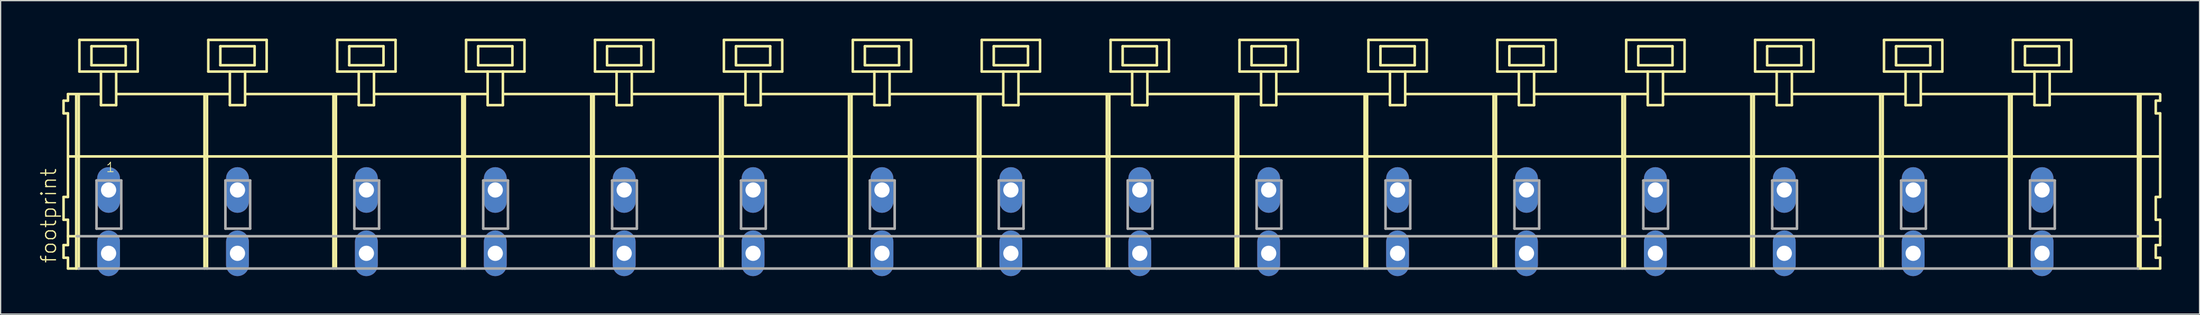
<source format=kicad_pcb>
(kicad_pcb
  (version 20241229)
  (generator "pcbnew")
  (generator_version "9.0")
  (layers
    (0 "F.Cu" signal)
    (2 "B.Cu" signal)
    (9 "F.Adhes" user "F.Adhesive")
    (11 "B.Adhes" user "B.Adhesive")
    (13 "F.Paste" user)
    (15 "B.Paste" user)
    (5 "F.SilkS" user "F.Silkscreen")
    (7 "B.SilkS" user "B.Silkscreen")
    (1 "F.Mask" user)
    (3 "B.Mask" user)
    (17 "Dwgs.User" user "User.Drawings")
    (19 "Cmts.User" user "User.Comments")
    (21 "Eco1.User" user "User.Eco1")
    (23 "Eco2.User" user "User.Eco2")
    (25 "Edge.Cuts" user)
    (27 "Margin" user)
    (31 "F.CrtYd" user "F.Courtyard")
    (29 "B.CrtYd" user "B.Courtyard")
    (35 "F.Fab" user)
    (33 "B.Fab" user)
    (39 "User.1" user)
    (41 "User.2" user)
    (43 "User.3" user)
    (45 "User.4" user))
  (footprint "footprint"
    (layer "F.Cu")
    (at 84.248 11.952)
    (property "Reference" "footprint" (at -82.775 5.855 90) (layer "F.SilkS") (effects (font (size 1.168 1.168) (thickness 0.102)) (justify left bottom)))
    (fp_line (start -82.29 -7.05) (end -82.29 -6.05) (stroke (width 0.203) (type solid)) (layer "F.SilkS"))
    (fp_line (start -82.29 -6.05) (end -81.94 -6.05) (stroke (width 0.203) (type solid)) (layer "F.SilkS"))
    (fp_line (start -82.29 0.55) (end -82.29 2.35) (stroke (width 0.203) (type solid)) (layer "F.SilkS"))
    (fp_line (start -82.29 2.35) (end -81.94 2.35) (stroke (width 0.203) (type solid)) (layer "F.SilkS"))
    (fp_line (start -82.29 4.35) (end -82.29 5.35) (stroke (width 0.203) (type solid)) (layer "F.SilkS"))
    (fp_line (start -82.29 5.35) (end -81.94 5.35) (stroke (width 0.203) (type solid)) (layer "F.SilkS"))
    (fp_line (start -81.94 -7.575) (end -81.94 -7.05) (stroke (width 0.203) (type solid)) (layer "F.SilkS"))
    (fp_line (start -81.94 -7.575) (end -79.365 -7.575) (stroke (width 0.203) (type solid)) (layer "F.SilkS"))
    (fp_line (start -81.94 -7.05) (end -82.29 -7.05) (stroke (width 0.203) (type solid)) (layer "F.SilkS"))
    (fp_line (start -81.94 -6.05) (end -81.94 0.55) (stroke (width 0.203) (type solid)) (layer "F.SilkS"))
    (fp_line (start -81.94 0.55) (end -82.29 0.55) (stroke (width 0.203) (type solid)) (layer "F.SilkS"))
    (fp_line (start -81.94 2.35) (end -81.94 4.35) (stroke (width 0.203) (type solid)) (layer "F.SilkS"))
    (fp_line (start -81.94 3.65) (end -81.24 3.65) (stroke (width 0.203) (type solid)) (layer "F.SilkS"))
    (fp_line (start -81.94 4.35) (end -82.29 4.35) (stroke (width 0.203) (type solid)) (layer "F.SilkS"))
    (fp_line (start -81.94 5.35) (end -81.94 6.2) (stroke (width 0.203) (type solid)) (layer "F.SilkS"))
    (fp_line (start -81.94 6.2) (end -81.29 6.2) (stroke (width 0.203) (type solid)) (layer "F.SilkS"))
    (fp_line (start -81.89 -2.65) (end 82.92 -2.65) (stroke (width 0.203) (type solid)) (layer "F.SilkS"))
    (fp_line (start -81.29 -7.55) (end -81.29 6.2) (stroke (width 0.203) (type solid)) (layer "F.SilkS"))
    (fp_line (start -81.29 6.2) (end -81.09 6.2) (stroke (width 0.203) (type solid)) (layer "F.SilkS"))
    (fp_line (start -81.09 -7.55) (end -81.09 6.2) (stroke (width 0.203) (type solid)) (layer "F.SilkS"))
    (fp_line (start -81.04 -11.85) (end -81.04 -9.35) (stroke (width 0.203) (type solid)) (layer "F.SilkS"))
    (fp_line (start -81.04 -9.35) (end -79.34 -9.35) (stroke (width 0.203) (type solid)) (layer "F.SilkS"))
    (fp_line (start -80.09 -11.35) (end -80.09 -9.85) (stroke (width 0.203) (type solid)) (layer "F.SilkS"))
    (fp_line (start -80.09 -9.85) (end -77.39 -9.85) (stroke (width 0.203) (type solid)) (layer "F.SilkS"))
    (fp_line (start -79.34 -9.35) (end -79.34 -6.7) (stroke (width 0.203) (type solid)) (layer "F.SilkS"))
    (fp_line (start -79.34 -9.35) (end -78.14 -9.35) (stroke (width 0.203) (type solid)) (layer "F.SilkS"))
    (fp_line (start -79.34 -6.7) (end -78.14 -6.7) (stroke (width 0.203) (type solid)) (layer "F.SilkS"))
    (fp_line (start -78.14 -9.35) (end -76.44 -9.35) (stroke (width 0.203) (type solid)) (layer "F.SilkS"))
    (fp_line (start -78.14 -6.7) (end -78.14 -9.35) (stroke (width 0.203) (type solid)) (layer "F.SilkS"))
    (fp_line (start -78.115 -7.575) (end -69.201 -7.575) (stroke (width 0.203) (type solid)) (layer "F.SilkS"))
    (fp_line (start -77.39 -11.35) (end -80.09 -11.35) (stroke (width 0.203) (type solid)) (layer "F.SilkS"))
    (fp_line (start -77.39 -9.85) (end -77.39 -11.35) (stroke (width 0.203) (type solid)) (layer "F.SilkS"))
    (fp_line (start -76.44 -11.85) (end -81.04 -11.85) (stroke (width 0.203) (type solid)) (layer "F.SilkS"))
    (fp_line (start -76.44 -9.35) (end -76.44 -11.85) (stroke (width 0.203) (type solid)) (layer "F.SilkS"))
    (fp_line (start -71.18 -7.55) (end -71.18 6.2) (stroke (width 0.203) (type solid)) (layer "F.SilkS"))
    (fp_line (start -70.98 -7.55) (end -70.98 6.2) (stroke (width 0.203) (type solid)) (layer "F.SilkS"))
    (fp_line (start -70.88 -11.85) (end -70.88 -9.35) (stroke (width 0.203) (type solid)) (layer "F.SilkS"))
    (fp_line (start -70.88 -9.35) (end -69.18 -9.35) (stroke (width 0.203) (type solid)) (layer "F.SilkS"))
    (fp_line (start -69.93 -11.35) (end -69.93 -9.85) (stroke (width 0.203) (type solid)) (layer "F.SilkS"))
    (fp_line (start -69.93 -9.85) (end -67.23 -9.85) (stroke (width 0.203) (type solid)) (layer "F.SilkS"))
    (fp_line (start -69.18 -9.35) (end -69.18 -6.7) (stroke (width 0.203) (type solid)) (layer "F.SilkS"))
    (fp_line (start -69.18 -9.35) (end -67.98 -9.35) (stroke (width 0.203) (type solid)) (layer "F.SilkS"))
    (fp_line (start -69.18 -6.7) (end -67.98 -6.7) (stroke (width 0.203) (type solid)) (layer "F.SilkS"))
    (fp_line (start -67.98 -9.35) (end -66.28 -9.35) (stroke (width 0.203) (type solid)) (layer "F.SilkS"))
    (fp_line (start -67.98 -6.7) (end -67.98 -9.35) (stroke (width 0.203) (type solid)) (layer "F.SilkS"))
    (fp_line (start -67.955 -7.575) (end -59.041 -7.575) (stroke (width 0.203) (type solid)) (layer "F.SilkS"))
    (fp_line (start -67.23 -11.35) (end -69.93 -11.35) (stroke (width 0.203) (type solid)) (layer "F.SilkS"))
    (fp_line (start -67.23 -9.85) (end -67.23 -11.35) (stroke (width 0.203) (type solid)) (layer "F.SilkS"))
    (fp_line (start -66.28 -11.85) (end -70.88 -11.85) (stroke (width 0.203) (type solid)) (layer "F.SilkS"))
    (fp_line (start -66.28 -9.35) (end -66.28 -11.85) (stroke (width 0.203) (type solid)) (layer "F.SilkS"))
    (fp_line (start -61.02 -7.55) (end -61.02 6.2) (stroke (width 0.203) (type solid)) (layer "F.SilkS"))
    (fp_line (start -60.82 -7.55) (end -60.82 6.2) (stroke (width 0.203) (type solid)) (layer "F.SilkS"))
    (fp_line (start -60.72 -11.85) (end -60.72 -9.35) (stroke (width 0.203) (type solid)) (layer "F.SilkS"))
    (fp_line (start -60.72 -9.35) (end -59.02 -9.35) (stroke (width 0.203) (type solid)) (layer "F.SilkS"))
    (fp_line (start -59.77 -11.35) (end -59.77 -9.85) (stroke (width 0.203) (type solid)) (layer "F.SilkS"))
    (fp_line (start -59.77 -9.85) (end -57.07 -9.85) (stroke (width 0.203) (type solid)) (layer "F.SilkS"))
    (fp_line (start -59.02 -9.35) (end -59.02 -6.7) (stroke (width 0.203) (type solid)) (layer "F.SilkS"))
    (fp_line (start -59.02 -9.35) (end -57.82 -9.35) (stroke (width 0.203) (type solid)) (layer "F.SilkS"))
    (fp_line (start -59.02 -6.7) (end -57.82 -6.7) (stroke (width 0.203) (type solid)) (layer "F.SilkS"))
    (fp_line (start -57.82 -9.35) (end -56.12 -9.35) (stroke (width 0.203) (type solid)) (layer "F.SilkS"))
    (fp_line (start -57.82 -6.7) (end -57.82 -9.35) (stroke (width 0.203) (type solid)) (layer "F.SilkS"))
    (fp_line (start -57.795 -7.575) (end -48.881 -7.575) (stroke (width 0.203) (type solid)) (layer "F.SilkS"))
    (fp_line (start -57.07 -11.35) (end -59.77 -11.35) (stroke (width 0.203) (type solid)) (layer "F.SilkS"))
    (fp_line (start -57.07 -9.85) (end -57.07 -11.35) (stroke (width 0.203) (type solid)) (layer "F.SilkS"))
    (fp_line (start -56.12 -11.85) (end -60.72 -11.85) (stroke (width 0.203) (type solid)) (layer "F.SilkS"))
    (fp_line (start -56.12 -9.35) (end -56.12 -11.85) (stroke (width 0.203) (type solid)) (layer "F.SilkS"))
    (fp_line (start -50.86 -7.55) (end -50.86 6.2) (stroke (width 0.203) (type solid)) (layer "F.SilkS"))
    (fp_line (start -50.66 -7.55) (end -50.66 6.2) (stroke (width 0.203) (type solid)) (layer "F.SilkS"))
    (fp_line (start -50.56 -11.85) (end -50.56 -9.35) (stroke (width 0.203) (type solid)) (layer "F.SilkS"))
    (fp_line (start -50.56 -9.35) (end -48.86 -9.35) (stroke (width 0.203) (type solid)) (layer "F.SilkS"))
    (fp_line (start -49.61 -11.35) (end -49.61 -9.85) (stroke (width 0.203) (type solid)) (layer "F.SilkS"))
    (fp_line (start -49.61 -9.85) (end -46.91 -9.85) (stroke (width 0.203) (type solid)) (layer "F.SilkS"))
    (fp_line (start -48.86 -9.35) (end -48.86 -6.7) (stroke (width 0.203) (type solid)) (layer "F.SilkS"))
    (fp_line (start -48.86 -9.35) (end -47.66 -9.35) (stroke (width 0.203) (type solid)) (layer "F.SilkS"))
    (fp_line (start -48.86 -6.7) (end -47.66 -6.7) (stroke (width 0.203) (type solid)) (layer "F.SilkS"))
    (fp_line (start -47.66 -9.35) (end -45.96 -9.35) (stroke (width 0.203) (type solid)) (layer "F.SilkS"))
    (fp_line (start -47.66 -6.7) (end -47.66 -9.35) (stroke (width 0.203) (type solid)) (layer "F.SilkS"))
    (fp_line (start -47.635 -7.575) (end -38.721 -7.575) (stroke (width 0.203) (type solid)) (layer "F.SilkS"))
    (fp_line (start -46.91 -11.35) (end -49.61 -11.35) (stroke (width 0.203) (type solid)) (layer "F.SilkS"))
    (fp_line (start -46.91 -9.85) (end -46.91 -11.35) (stroke (width 0.203) (type solid)) (layer "F.SilkS"))
    (fp_line (start -45.96 -11.85) (end -50.56 -11.85) (stroke (width 0.203) (type solid)) (layer "F.SilkS"))
    (fp_line (start -45.96 -9.35) (end -45.96 -11.85) (stroke (width 0.203) (type solid)) (layer "F.SilkS"))
    (fp_line (start -40.7 -7.55) (end -40.7 6.2) (stroke (width 0.203) (type solid)) (layer "F.SilkS"))
    (fp_line (start -40.5 -7.55) (end -40.5 6.2) (stroke (width 0.203) (type solid)) (layer "F.SilkS"))
    (fp_line (start -40.4 -11.85) (end -40.4 -9.35) (stroke (width 0.203) (type solid)) (layer "F.SilkS"))
    (fp_line (start -40.4 -9.35) (end -38.7 -9.35) (stroke (width 0.203) (type solid)) (layer "F.SilkS"))
    (fp_line (start -39.45 -11.35) (end -39.45 -9.85) (stroke (width 0.203) (type solid)) (layer "F.SilkS"))
    (fp_line (start -39.45 -9.85) (end -36.75 -9.85) (stroke (width 0.203) (type solid)) (layer "F.SilkS"))
    (fp_line (start -38.7 -9.35) (end -38.7 -6.7) (stroke (width 0.203) (type solid)) (layer "F.SilkS"))
    (fp_line (start -38.7 -9.35) (end -37.5 -9.35) (stroke (width 0.203) (type solid)) (layer "F.SilkS"))
    (fp_line (start -38.7 -6.7) (end -37.5 -6.7) (stroke (width 0.203) (type solid)) (layer "F.SilkS"))
    (fp_line (start -37.5 -9.35) (end -35.8 -9.35) (stroke (width 0.203) (type solid)) (layer "F.SilkS"))
    (fp_line (start -37.5 -6.7) (end -37.5 -9.35) (stroke (width 0.203) (type solid)) (layer "F.SilkS"))
    (fp_line (start -37.475 -7.575) (end -28.561 -7.575) (stroke (width 0.203) (type solid)) (layer "F.SilkS"))
    (fp_line (start -36.75 -11.35) (end -39.45 -11.35) (stroke (width 0.203) (type solid)) (layer "F.SilkS"))
    (fp_line (start -36.75 -9.85) (end -36.75 -11.35) (stroke (width 0.203) (type solid)) (layer "F.SilkS"))
    (fp_line (start -35.8 -11.85) (end -40.4 -11.85) (stroke (width 0.203) (type solid)) (layer "F.SilkS"))
    (fp_line (start -35.8 -9.35) (end -35.8 -11.85) (stroke (width 0.203) (type solid)) (layer "F.SilkS"))
    (fp_line (start -30.54 -7.55) (end -30.54 6.2) (stroke (width 0.203) (type solid)) (layer "F.SilkS"))
    (fp_line (start -30.34 -7.55) (end -30.34 6.2) (stroke (width 0.203) (type solid)) (layer "F.SilkS"))
    (fp_line (start -30.24 -11.85) (end -30.24 -9.35) (stroke (width 0.203) (type solid)) (layer "F.SilkS"))
    (fp_line (start -30.24 -9.35) (end -28.54 -9.35) (stroke (width 0.203) (type solid)) (layer "F.SilkS"))
    (fp_line (start -29.29 -11.35) (end -29.29 -9.85) (stroke (width 0.203) (type solid)) (layer "F.SilkS"))
    (fp_line (start -29.29 -9.85) (end -26.59 -9.85) (stroke (width 0.203) (type solid)) (layer "F.SilkS"))
    (fp_line (start -28.54 -9.35) (end -28.54 -6.7) (stroke (width 0.203) (type solid)) (layer "F.SilkS"))
    (fp_line (start -28.54 -9.35) (end -27.34 -9.35) (stroke (width 0.203) (type solid)) (layer "F.SilkS"))
    (fp_line (start -28.54 -6.7) (end -27.34 -6.7) (stroke (width 0.203) (type solid)) (layer "F.SilkS"))
    (fp_line (start -27.34 -9.35) (end -25.64 -9.35) (stroke (width 0.203) (type solid)) (layer "F.SilkS"))
    (fp_line (start -27.34 -6.7) (end -27.34 -9.35) (stroke (width 0.203) (type solid)) (layer "F.SilkS"))
    (fp_line (start -27.315 -7.575) (end -18.401 -7.575) (stroke (width 0.203) (type solid)) (layer "F.SilkS"))
    (fp_line (start -26.59 -11.35) (end -29.29 -11.35) (stroke (width 0.203) (type solid)) (layer "F.SilkS"))
    (fp_line (start -26.59 -9.85) (end -26.59 -11.35) (stroke (width 0.203) (type solid)) (layer "F.SilkS"))
    (fp_line (start -25.64 -11.85) (end -30.24 -11.85) (stroke (width 0.203) (type solid)) (layer "F.SilkS"))
    (fp_line (start -25.64 -9.35) (end -25.64 -11.85) (stroke (width 0.203) (type solid)) (layer "F.SilkS"))
    (fp_line (start -20.38 -7.55) (end -20.38 6.2) (stroke (width 0.203) (type solid)) (layer "F.SilkS"))
    (fp_line (start -20.18 -7.55) (end -20.18 6.2) (stroke (width 0.203) (type solid)) (layer "F.SilkS"))
    (fp_line (start -20.08 -11.85) (end -20.08 -9.35) (stroke (width 0.203) (type solid)) (layer "F.SilkS"))
    (fp_line (start -20.08 -9.35) (end -18.38 -9.35) (stroke (width 0.203) (type solid)) (layer "F.SilkS"))
    (fp_line (start -19.13 -11.35) (end -19.13 -9.85) (stroke (width 0.203) (type solid)) (layer "F.SilkS"))
    (fp_line (start -19.13 -9.85) (end -16.43 -9.85) (stroke (width 0.203) (type solid)) (layer "F.SilkS"))
    (fp_line (start -18.38 -9.35) (end -18.38 -6.7) (stroke (width 0.203) (type solid)) (layer "F.SilkS"))
    (fp_line (start -18.38 -9.35) (end -17.18 -9.35) (stroke (width 0.203) (type solid)) (layer "F.SilkS"))
    (fp_line (start -18.38 -6.7) (end -17.18 -6.7) (stroke (width 0.203) (type solid)) (layer "F.SilkS"))
    (fp_line (start -17.18 -9.35) (end -15.48 -9.35) (stroke (width 0.203) (type solid)) (layer "F.SilkS"))
    (fp_line (start -17.18 -6.7) (end -17.18 -9.35) (stroke (width 0.203) (type solid)) (layer "F.SilkS"))
    (fp_line (start -17.155 -7.575) (end -8.241 -7.575) (stroke (width 0.203) (type solid)) (layer "F.SilkS"))
    (fp_line (start -16.43 -11.35) (end -19.13 -11.35) (stroke (width 0.203) (type solid)) (layer "F.SilkS"))
    (fp_line (start -16.43 -9.85) (end -16.43 -11.35) (stroke (width 0.203) (type solid)) (layer "F.SilkS"))
    (fp_line (start -15.48 -11.85) (end -20.08 -11.85) (stroke (width 0.203) (type solid)) (layer "F.SilkS"))
    (fp_line (start -15.48 -9.35) (end -15.48 -11.85) (stroke (width 0.203) (type solid)) (layer "F.SilkS"))
    (fp_line (start -10.22 -7.55) (end -10.22 6.2) (stroke (width 0.203) (type solid)) (layer "F.SilkS"))
    (fp_line (start -10.02 -7.55) (end -10.02 6.2) (stroke (width 0.203) (type solid)) (layer "F.SilkS"))
    (fp_line (start -9.92 -11.85) (end -9.92 -9.35) (stroke (width 0.203) (type solid)) (layer "F.SilkS"))
    (fp_line (start -9.92 -9.35) (end -8.22 -9.35) (stroke (width 0.203) (type solid)) (layer "F.SilkS"))
    (fp_line (start -8.97 -11.35) (end -8.97 -9.85) (stroke (width 0.203) (type solid)) (layer "F.SilkS"))
    (fp_line (start -8.97 -9.85) (end -6.27 -9.85) (stroke (width 0.203) (type solid)) (layer "F.SilkS"))
    (fp_line (start -8.22 -9.35) (end -8.22 -6.7) (stroke (width 0.203) (type solid)) (layer "F.SilkS"))
    (fp_line (start -8.22 -9.35) (end -7.02 -9.35) (stroke (width 0.203) (type solid)) (layer "F.SilkS"))
    (fp_line (start -8.22 -6.7) (end -7.02 -6.7) (stroke (width 0.203) (type solid)) (layer "F.SilkS"))
    (fp_line (start -7.02 -9.35) (end -5.32 -9.35) (stroke (width 0.203) (type solid)) (layer "F.SilkS"))
    (fp_line (start -7.02 -6.7) (end -7.02 -9.35) (stroke (width 0.203) (type solid)) (layer "F.SilkS"))
    (fp_line (start -6.995 -7.575) (end 1.919 -7.575) (stroke (width 0.203) (type solid)) (layer "F.SilkS"))
    (fp_line (start -6.27 -11.35) (end -8.97 -11.35) (stroke (width 0.203) (type solid)) (layer "F.SilkS"))
    (fp_line (start -6.27 -9.85) (end -6.27 -11.35) (stroke (width 0.203) (type solid)) (layer "F.SilkS"))
    (fp_line (start -5.32 -11.85) (end -9.92 -11.85) (stroke (width 0.203) (type solid)) (layer "F.SilkS"))
    (fp_line (start -5.32 -9.35) (end -5.32 -11.85) (stroke (width 0.203) (type solid)) (layer "F.SilkS"))
    (fp_line (start -0.06 -7.55) (end -0.06 6.2) (stroke (width 0.203) (type solid)) (layer "F.SilkS"))
    (fp_line (start 0.14 -7.55) (end 0.14 6.2) (stroke (width 0.203) (type solid)) (layer "F.SilkS"))
    (fp_line (start 0.24 -11.85) (end 0.24 -9.35) (stroke (width 0.203) (type solid)) (layer "F.SilkS"))
    (fp_line (start 0.24 -9.35) (end 1.94 -9.35) (stroke (width 0.203) (type solid)) (layer "F.SilkS"))
    (fp_line (start 1.19 -11.35) (end 1.19 -9.85) (stroke (width 0.203) (type solid)) (layer "F.SilkS"))
    (fp_line (start 1.19 -9.85) (end 3.89 -9.85) (stroke (width 0.203) (type solid)) (layer "F.SilkS"))
    (fp_line (start 1.94 -9.35) (end 1.94 -6.7) (stroke (width 0.203) (type solid)) (layer "F.SilkS"))
    (fp_line (start 1.94 -9.35) (end 3.14 -9.35) (stroke (width 0.203) (type solid)) (layer "F.SilkS"))
    (fp_line (start 1.94 -6.7) (end 3.14 -6.7) (stroke (width 0.203) (type solid)) (layer "F.SilkS"))
    (fp_line (start 3.14 -9.35) (end 4.84 -9.35) (stroke (width 0.203) (type solid)) (layer "F.SilkS"))
    (fp_line (start 3.14 -6.7) (end 3.14 -9.35) (stroke (width 0.203) (type solid)) (layer "F.SilkS"))
    (fp_line (start 3.165 -7.575) (end 12.079 -7.575) (stroke (width 0.203) (type solid)) (layer "F.SilkS"))
    (fp_line (start 3.89 -11.35) (end 1.19 -11.35) (stroke (width 0.203) (type solid)) (layer "F.SilkS"))
    (fp_line (start 3.89 -9.85) (end 3.89 -11.35) (stroke (width 0.203) (type solid)) (layer "F.SilkS"))
    (fp_line (start 4.84 -11.85) (end 0.24 -11.85) (stroke (width 0.203) (type solid)) (layer "F.SilkS"))
    (fp_line (start 4.84 -9.35) (end 4.84 -11.85) (stroke (width 0.203) (type solid)) (layer "F.SilkS"))
    (fp_line (start 10.1 -7.55) (end 10.1 6.2) (stroke (width 0.203) (type solid)) (layer "F.SilkS"))
    (fp_line (start 10.3 -7.55) (end 10.3 6.2) (stroke (width 0.203) (type solid)) (layer "F.SilkS"))
    (fp_line (start 10.4 -11.85) (end 10.4 -9.35) (stroke (width 0.203) (type solid)) (layer "F.SilkS"))
    (fp_line (start 10.4 -9.35) (end 12.1 -9.35) (stroke (width 0.203) (type solid)) (layer "F.SilkS"))
    (fp_line (start 11.35 -11.35) (end 11.35 -9.85) (stroke (width 0.203) (type solid)) (layer "F.SilkS"))
    (fp_line (start 11.35 -9.85) (end 14.05 -9.85) (stroke (width 0.203) (type solid)) (layer "F.SilkS"))
    (fp_line (start 12.1 -9.35) (end 12.1 -6.7) (stroke (width 0.203) (type solid)) (layer "F.SilkS"))
    (fp_line (start 12.1 -9.35) (end 13.3 -9.35) (stroke (width 0.203) (type solid)) (layer "F.SilkS"))
    (fp_line (start 12.1 -6.7) (end 13.3 -6.7) (stroke (width 0.203) (type solid)) (layer "F.SilkS"))
    (fp_line (start 13.3 -9.35) (end 15 -9.35) (stroke (width 0.203) (type solid)) (layer "F.SilkS"))
    (fp_line (start 13.3 -6.7) (end 13.3 -9.35) (stroke (width 0.203) (type solid)) (layer "F.SilkS"))
    (fp_line (start 13.325 -7.575) (end 22.239 -7.575) (stroke (width 0.203) (type solid)) (layer "F.SilkS"))
    (fp_line (start 14.05 -11.35) (end 11.35 -11.35) (stroke (width 0.203) (type solid)) (layer "F.SilkS"))
    (fp_line (start 14.05 -9.85) (end 14.05 -11.35) (stroke (width 0.203) (type solid)) (layer "F.SilkS"))
    (fp_line (start 15 -11.85) (end 10.4 -11.85) (stroke (width 0.203) (type solid)) (layer "F.SilkS"))
    (fp_line (start 15 -9.35) (end 15 -11.85) (stroke (width 0.203) (type solid)) (layer "F.SilkS"))
    (fp_line (start 20.26 -7.55) (end 20.26 6.2) (stroke (width 0.203) (type solid)) (layer "F.SilkS"))
    (fp_line (start 20.46 -7.55) (end 20.46 6.2) (stroke (width 0.203) (type solid)) (layer "F.SilkS"))
    (fp_line (start 20.56 -11.85) (end 20.56 -9.35) (stroke (width 0.203) (type solid)) (layer "F.SilkS"))
    (fp_line (start 20.56 -9.35) (end 22.26 -9.35) (stroke (width 0.203) (type solid)) (layer "F.SilkS"))
    (fp_line (start 21.51 -11.35) (end 21.51 -9.85) (stroke (width 0.203) (type solid)) (layer "F.SilkS"))
    (fp_line (start 21.51 -9.85) (end 24.21 -9.85) (stroke (width 0.203) (type solid)) (layer "F.SilkS"))
    (fp_line (start 22.26 -9.35) (end 22.26 -6.7) (stroke (width 0.203) (type solid)) (layer "F.SilkS"))
    (fp_line (start 22.26 -9.35) (end 23.46 -9.35) (stroke (width 0.203) (type solid)) (layer "F.SilkS"))
    (fp_line (start 22.26 -6.7) (end 23.46 -6.7) (stroke (width 0.203) (type solid)) (layer "F.SilkS"))
    (fp_line (start 23.46 -9.35) (end 25.16 -9.35) (stroke (width 0.203) (type solid)) (layer "F.SilkS"))
    (fp_line (start 23.46 -6.7) (end 23.46 -9.35) (stroke (width 0.203) (type solid)) (layer "F.SilkS"))
    (fp_line (start 23.485 -7.575) (end 32.399 -7.575) (stroke (width 0.203) (type solid)) (layer "F.SilkS"))
    (fp_line (start 24.21 -11.35) (end 21.51 -11.35) (stroke (width 0.203) (type solid)) (layer "F.SilkS"))
    (fp_line (start 24.21 -9.85) (end 24.21 -11.35) (stroke (width 0.203) (type solid)) (layer "F.SilkS"))
    (fp_line (start 25.16 -11.85) (end 20.56 -11.85) (stroke (width 0.203) (type solid)) (layer "F.SilkS"))
    (fp_line (start 25.16 -9.35) (end 25.16 -11.85) (stroke (width 0.203) (type solid)) (layer "F.SilkS"))
    (fp_line (start 30.42 -7.55) (end 30.42 6.2) (stroke (width 0.203) (type solid)) (layer "F.SilkS"))
    (fp_line (start 30.62 -7.55) (end 30.62 6.2) (stroke (width 0.203) (type solid)) (layer "F.SilkS"))
    (fp_line (start 30.72 -11.85) (end 30.72 -9.35) (stroke (width 0.203) (type solid)) (layer "F.SilkS"))
    (fp_line (start 30.72 -9.35) (end 32.42 -9.35) (stroke (width 0.203) (type solid)) (layer "F.SilkS"))
    (fp_line (start 31.67 -11.35) (end 31.67 -9.85) (stroke (width 0.203) (type solid)) (layer "F.SilkS"))
    (fp_line (start 31.67 -9.85) (end 34.37 -9.85) (stroke (width 0.203) (type solid)) (layer "F.SilkS"))
    (fp_line (start 32.42 -9.35) (end 32.42 -6.7) (stroke (width 0.203) (type solid)) (layer "F.SilkS"))
    (fp_line (start 32.42 -9.35) (end 33.62 -9.35) (stroke (width 0.203) (type solid)) (layer "F.SilkS"))
    (fp_line (start 32.42 -6.7) (end 33.62 -6.7) (stroke (width 0.203) (type solid)) (layer "F.SilkS"))
    (fp_line (start 33.62 -9.35) (end 35.32 -9.35) (stroke (width 0.203) (type solid)) (layer "F.SilkS"))
    (fp_line (start 33.62 -6.7) (end 33.62 -9.35) (stroke (width 0.203) (type solid)) (layer "F.SilkS"))
    (fp_line (start 33.645 -7.575) (end 42.559 -7.575) (stroke (width 0.203) (type solid)) (layer "F.SilkS"))
    (fp_line (start 34.37 -11.35) (end 31.67 -11.35) (stroke (width 0.203) (type solid)) (layer "F.SilkS"))
    (fp_line (start 34.37 -9.85) (end 34.37 -11.35) (stroke (width 0.203) (type solid)) (layer "F.SilkS"))
    (fp_line (start 35.32 -11.85) (end 30.72 -11.85) (stroke (width 0.203) (type solid)) (layer "F.SilkS"))
    (fp_line (start 35.32 -9.35) (end 35.32 -11.85) (stroke (width 0.203) (type solid)) (layer "F.SilkS"))
    (fp_line (start 40.58 -7.55) (end 40.58 6.2) (stroke (width 0.203) (type solid)) (layer "F.SilkS"))
    (fp_line (start 40.78 -7.55) (end 40.78 6.2) (stroke (width 0.203) (type solid)) (layer "F.SilkS"))
    (fp_line (start 40.88 -11.85) (end 40.88 -9.35) (stroke (width 0.203) (type solid)) (layer "F.SilkS"))
    (fp_line (start 40.88 -9.35) (end 42.58 -9.35) (stroke (width 0.203) (type solid)) (layer "F.SilkS"))
    (fp_line (start 41.83 -11.35) (end 41.83 -9.85) (stroke (width 0.203) (type solid)) (layer "F.SilkS"))
    (fp_line (start 41.83 -9.85) (end 44.53 -9.85) (stroke (width 0.203) (type solid)) (layer "F.SilkS"))
    (fp_line (start 42.58 -9.35) (end 42.58 -6.7) (stroke (width 0.203) (type solid)) (layer "F.SilkS"))
    (fp_line (start 42.58 -9.35) (end 43.78 -9.35) (stroke (width 0.203) (type solid)) (layer "F.SilkS"))
    (fp_line (start 42.58 -6.7) (end 43.78 -6.7) (stroke (width 0.203) (type solid)) (layer "F.SilkS"))
    (fp_line (start 43.78 -9.35) (end 45.48 -9.35) (stroke (width 0.203) (type solid)) (layer "F.SilkS"))
    (fp_line (start 43.78 -6.7) (end 43.78 -9.35) (stroke (width 0.203) (type solid)) (layer "F.SilkS"))
    (fp_line (start 43.805 -7.575) (end 52.719 -7.575) (stroke (width 0.203) (type solid)) (layer "F.SilkS"))
    (fp_line (start 44.53 -11.35) (end 41.83 -11.35) (stroke (width 0.203) (type solid)) (layer "F.SilkS"))
    (fp_line (start 44.53 -9.85) (end 44.53 -11.35) (stroke (width 0.203) (type solid)) (layer "F.SilkS"))
    (fp_line (start 45.48 -11.85) (end 40.88 -11.85) (stroke (width 0.203) (type solid)) (layer "F.SilkS"))
    (fp_line (start 45.48 -9.35) (end 45.48 -11.85) (stroke (width 0.203) (type solid)) (layer "F.SilkS"))
    (fp_line (start 50.74 -7.55) (end 50.74 6.2) (stroke (width 0.203) (type solid)) (layer "F.SilkS"))
    (fp_line (start 50.94 -7.55) (end 50.94 6.2) (stroke (width 0.203) (type solid)) (layer "F.SilkS"))
    (fp_line (start 51.04 -11.85) (end 51.04 -9.35) (stroke (width 0.203) (type solid)) (layer "F.SilkS"))
    (fp_line (start 51.04 -9.35) (end 52.74 -9.35) (stroke (width 0.203) (type solid)) (layer "F.SilkS"))
    (fp_line (start 51.99 -11.35) (end 51.99 -9.85) (stroke (width 0.203) (type solid)) (layer "F.SilkS"))
    (fp_line (start 51.99 -9.85) (end 54.69 -9.85) (stroke (width 0.203) (type solid)) (layer "F.SilkS"))
    (fp_line (start 52.74 -9.35) (end 52.74 -6.7) (stroke (width 0.203) (type solid)) (layer "F.SilkS"))
    (fp_line (start 52.74 -9.35) (end 53.94 -9.35) (stroke (width 0.203) (type solid)) (layer "F.SilkS"))
    (fp_line (start 52.74 -6.7) (end 53.94 -6.7) (stroke (width 0.203) (type solid)) (layer "F.SilkS"))
    (fp_line (start 53.94 -9.35) (end 55.64 -9.35) (stroke (width 0.203) (type solid)) (layer "F.SilkS"))
    (fp_line (start 53.94 -6.7) (end 53.94 -9.35) (stroke (width 0.203) (type solid)) (layer "F.SilkS"))
    (fp_line (start 53.965 -7.575) (end 62.879 -7.575) (stroke (width 0.203) (type solid)) (layer "F.SilkS"))
    (fp_line (start 54.69 -11.35) (end 51.99 -11.35) (stroke (width 0.203) (type solid)) (layer "F.SilkS"))
    (fp_line (start 54.69 -9.85) (end 54.69 -11.35) (stroke (width 0.203) (type solid)) (layer "F.SilkS"))
    (fp_line (start 55.64 -11.85) (end 51.04 -11.85) (stroke (width 0.203) (type solid)) (layer "F.SilkS"))
    (fp_line (start 55.64 -9.35) (end 55.64 -11.85) (stroke (width 0.203) (type solid)) (layer "F.SilkS"))
    (fp_line (start 60.9 -7.55) (end 60.9 6.2) (stroke (width 0.203) (type solid)) (layer "F.SilkS"))
    (fp_line (start 61.1 -7.55) (end 61.1 6.2) (stroke (width 0.203) (type solid)) (layer "F.SilkS"))
    (fp_line (start 61.2 -11.85) (end 61.2 -9.35) (stroke (width 0.203) (type solid)) (layer "F.SilkS"))
    (fp_line (start 61.2 -9.35) (end 62.9 -9.35) (stroke (width 0.203) (type solid)) (layer "F.SilkS"))
    (fp_line (start 62.15 -11.35) (end 62.15 -9.85) (stroke (width 0.203) (type solid)) (layer "F.SilkS"))
    (fp_line (start 62.15 -9.85) (end 64.85 -9.85) (stroke (width 0.203) (type solid)) (layer "F.SilkS"))
    (fp_line (start 62.9 -9.35) (end 62.9 -6.7) (stroke (width 0.203) (type solid)) (layer "F.SilkS"))
    (fp_line (start 62.9 -9.35) (end 64.1 -9.35) (stroke (width 0.203) (type solid)) (layer "F.SilkS"))
    (fp_line (start 62.9 -6.7) (end 64.1 -6.7) (stroke (width 0.203) (type solid)) (layer "F.SilkS"))
    (fp_line (start 64.1 -9.35) (end 65.8 -9.35) (stroke (width 0.203) (type solid)) (layer "F.SilkS"))
    (fp_line (start 64.1 -6.7) (end 64.1 -9.35) (stroke (width 0.203) (type solid)) (layer "F.SilkS"))
    (fp_line (start 64.125 -7.575) (end 73.039 -7.575) (stroke (width 0.203) (type solid)) (layer "F.SilkS"))
    (fp_line (start 64.85 -11.35) (end 62.15 -11.35) (stroke (width 0.203) (type solid)) (layer "F.SilkS"))
    (fp_line (start 64.85 -9.85) (end 64.85 -11.35) (stroke (width 0.203) (type solid)) (layer "F.SilkS"))
    (fp_line (start 65.8 -11.85) (end 61.2 -11.85) (stroke (width 0.203) (type solid)) (layer "F.SilkS"))
    (fp_line (start 65.8 -9.35) (end 65.8 -11.85) (stroke (width 0.203) (type solid)) (layer "F.SilkS"))
    (fp_line (start 71.06 -7.55) (end 71.06 6.2) (stroke (width 0.203) (type solid)) (layer "F.SilkS"))
    (fp_line (start 71.26 -7.55) (end 71.26 6.2) (stroke (width 0.203) (type solid)) (layer "F.SilkS"))
    (fp_line (start 71.36 -11.85) (end 71.36 -9.35) (stroke (width 0.203) (type solid)) (layer "F.SilkS"))
    (fp_line (start 71.36 -9.35) (end 73.06 -9.35) (stroke (width 0.203) (type solid)) (layer "F.SilkS"))
    (fp_line (start 72.31 -11.35) (end 72.31 -9.85) (stroke (width 0.203) (type solid)) (layer "F.SilkS"))
    (fp_line (start 72.31 -9.85) (end 75.01 -9.85) (stroke (width 0.203) (type solid)) (layer "F.SilkS"))
    (fp_line (start 73.06 -9.35) (end 73.06 -6.7) (stroke (width 0.203) (type solid)) (layer "F.SilkS"))
    (fp_line (start 73.06 -9.35) (end 74.26 -9.35) (stroke (width 0.203) (type solid)) (layer "F.SilkS"))
    (fp_line (start 73.06 -6.7) (end 74.26 -6.7) (stroke (width 0.203) (type solid)) (layer "F.SilkS"))
    (fp_line (start 74.26 -9.35) (end 75.96 -9.35) (stroke (width 0.203) (type solid)) (layer "F.SilkS"))
    (fp_line (start 74.26 -6.7) (end 74.26 -9.35) (stroke (width 0.203) (type solid)) (layer "F.SilkS"))
    (fp_line (start 74.285 -7.575) (end 82.945 -7.575) (stroke (width 0.203) (type solid)) (layer "F.SilkS"))
    (fp_line (start 75.01 -11.35) (end 72.31 -11.35) (stroke (width 0.203) (type solid)) (layer "F.SilkS"))
    (fp_line (start 75.01 -9.85) (end 75.01 -11.35) (stroke (width 0.203) (type solid)) (layer "F.SilkS"))
    (fp_line (start 75.96 -11.85) (end 71.36 -11.85) (stroke (width 0.203) (type solid)) (layer "F.SilkS"))
    (fp_line (start 75.96 -9.35) (end 75.96 -11.85) (stroke (width 0.203) (type solid)) (layer "F.SilkS"))
    (fp_line (start 81.22 -7.55) (end 81.22 6.2) (stroke (width 0.203) (type solid)) (layer "F.SilkS"))
    (fp_line (start 81.22 6.2) (end 82.97 6.2) (stroke (width 0.203) (type solid)) (layer "F.SilkS"))
    (fp_line (start 81.27 3.65) (end 82.97 3.65) (stroke (width 0.203) (type solid)) (layer "F.SilkS"))
    (fp_line (start 81.42 -7.55) (end 81.42 6.2) (stroke (width 0.203) (type solid)) (layer "F.SilkS"))
    (fp_line (start 82.62 -7.05) (end 82.62 -6.05) (stroke (width 0.203) (type solid)) (layer "F.SilkS"))
    (fp_line (start 82.62 -6.05) (end 82.97 -6.05) (stroke (width 0.203) (type solid)) (layer "F.SilkS"))
    (fp_line (start 82.62 0.55) (end 82.62 2.35) (stroke (width 0.203) (type solid)) (layer "F.SilkS"))
    (fp_line (start 82.62 2.35) (end 82.97 2.35) (stroke (width 0.203) (type solid)) (layer "F.SilkS"))
    (fp_line (start 82.62 4.35) (end 82.62 5.35) (stroke (width 0.203) (type solid)) (layer "F.SilkS"))
    (fp_line (start 82.62 5.35) (end 82.97 5.35) (stroke (width 0.203) (type solid)) (layer "F.SilkS"))
    (fp_line (start 82.97 -7.05) (end 82.62 -7.05) (stroke (width 0.203) (type solid)) (layer "F.SilkS"))
    (fp_line (start 82.97 -7.05) (end 82.97 -7.55) (stroke (width 0.203) (type solid)) (layer "F.SilkS"))
    (fp_line (start 82.97 0.55) (end 82.62 0.55) (stroke (width 0.203) (type solid)) (layer "F.SilkS"))
    (fp_line (start 82.97 0.55) (end 82.97 -6.05) (stroke (width 0.203) (type solid)) (layer "F.SilkS"))
    (fp_line (start 82.97 3.65) (end 82.97 2.35) (stroke (width 0.203) (type solid)) (layer "F.SilkS"))
    (fp_line (start 82.97 4.35) (end 82.62 4.35) (stroke (width 0.203) (type solid)) (layer "F.SilkS"))
    (fp_line (start 82.97 4.35) (end 82.97 3.65) (stroke (width 0.203) (type solid)) (layer "F.SilkS"))
    (fp_line (start 82.97 6.2) (end 82.97 5.35) (stroke (width 0.203) (type solid)) (layer "F.SilkS"))
    (fp_line (start -81.24 3.65) (end 81.22 3.65) (stroke (width 0.203) (type solid)) (layer "F.Fab"))
    (fp_line (start -81.09 6.2) (end 81.22 6.2) (stroke (width 0.203) (type solid)) (layer "F.Fab"))
    (fp_line (start -79.69 -0.75) (end -79.69 3.05) (stroke (width 0.203) (type solid)) (layer "F.Fab"))
    (fp_line (start -79.69 3.05) (end -77.74 3.05) (stroke (width 0.203) (type solid)) (layer "F.Fab"))
    (fp_line (start -77.74 -0.75) (end -79.69 -0.75) (stroke (width 0.203) (type solid)) (layer "F.Fab"))
    (fp_line (start -77.74 3.05) (end -77.74 -0.75) (stroke (width 0.203) (type solid)) (layer "F.Fab"))
    (fp_line (start -69.53 -0.75) (end -69.53 3.05) (stroke (width 0.203) (type solid)) (layer "F.Fab"))
    (fp_line (start -69.53 3.05) (end -67.58 3.05) (stroke (width 0.203) (type solid)) (layer "F.Fab"))
    (fp_line (start -67.58 -0.75) (end -69.53 -0.75) (stroke (width 0.203) (type solid)) (layer "F.Fab"))
    (fp_line (start -67.58 3.05) (end -67.58 -0.75) (stroke (width 0.203) (type solid)) (layer "F.Fab"))
    (fp_line (start -59.37 -0.75) (end -59.37 3.05) (stroke (width 0.203) (type solid)) (layer "F.Fab"))
    (fp_line (start -59.37 3.05) (end -57.42 3.05) (stroke (width 0.203) (type solid)) (layer "F.Fab"))
    (fp_line (start -57.42 -0.75) (end -59.37 -0.75) (stroke (width 0.203) (type solid)) (layer "F.Fab"))
    (fp_line (start -57.42 3.05) (end -57.42 -0.75) (stroke (width 0.203) (type solid)) (layer "F.Fab"))
    (fp_line (start -49.21 -0.75) (end -49.21 3.05) (stroke (width 0.203) (type solid)) (layer "F.Fab"))
    (fp_line (start -49.21 3.05) (end -47.26 3.05) (stroke (width 0.203) (type solid)) (layer "F.Fab"))
    (fp_line (start -47.26 -0.75) (end -49.21 -0.75) (stroke (width 0.203) (type solid)) (layer "F.Fab"))
    (fp_line (start -47.26 3.05) (end -47.26 -0.75) (stroke (width 0.203) (type solid)) (layer "F.Fab"))
    (fp_line (start -39.05 -0.75) (end -39.05 3.05) (stroke (width 0.203) (type solid)) (layer "F.Fab"))
    (fp_line (start -39.05 3.05) (end -37.1 3.05) (stroke (width 0.203) (type solid)) (layer "F.Fab"))
    (fp_line (start -37.1 -0.75) (end -39.05 -0.75) (stroke (width 0.203) (type solid)) (layer "F.Fab"))
    (fp_line (start -37.1 3.05) (end -37.1 -0.75) (stroke (width 0.203) (type solid)) (layer "F.Fab"))
    (fp_line (start -28.89 -0.75) (end -28.89 3.05) (stroke (width 0.203) (type solid)) (layer "F.Fab"))
    (fp_line (start -28.89 3.05) (end -26.94 3.05) (stroke (width 0.203) (type solid)) (layer "F.Fab"))
    (fp_line (start -26.94 -0.75) (end -28.89 -0.75) (stroke (width 0.203) (type solid)) (layer "F.Fab"))
    (fp_line (start -26.94 3.05) (end -26.94 -0.75) (stroke (width 0.203) (type solid)) (layer "F.Fab"))
    (fp_line (start -18.73 -0.75) (end -18.73 3.05) (stroke (width 0.203) (type solid)) (layer "F.Fab"))
    (fp_line (start -18.73 3.05) (end -16.78 3.05) (stroke (width 0.203) (type solid)) (layer "F.Fab"))
    (fp_line (start -16.78 -0.75) (end -18.73 -0.75) (stroke (width 0.203) (type solid)) (layer "F.Fab"))
    (fp_line (start -16.78 3.05) (end -16.78 -0.75) (stroke (width 0.203) (type solid)) (layer "F.Fab"))
    (fp_line (start -8.57 -0.75) (end -8.57 3.05) (stroke (width 0.203) (type solid)) (layer "F.Fab"))
    (fp_line (start -8.57 3.05) (end -6.62 3.05) (stroke (width 0.203) (type solid)) (layer "F.Fab"))
    (fp_line (start -6.62 -0.75) (end -8.57 -0.75) (stroke (width 0.203) (type solid)) (layer "F.Fab"))
    (fp_line (start -6.62 3.05) (end -6.62 -0.75) (stroke (width 0.203) (type solid)) (layer "F.Fab"))
    (fp_line (start 1.59 -0.75) (end 1.59 3.05) (stroke (width 0.203) (type solid)) (layer "F.Fab"))
    (fp_line (start 1.59 3.05) (end 3.54 3.05) (stroke (width 0.203) (type solid)) (layer "F.Fab"))
    (fp_line (start 3.54 -0.75) (end 1.59 -0.75) (stroke (width 0.203) (type solid)) (layer "F.Fab"))
    (fp_line (start 3.54 3.05) (end 3.54 -0.75) (stroke (width 0.203) (type solid)) (layer "F.Fab"))
    (fp_line (start 11.75 -0.75) (end 11.75 3.05) (stroke (width 0.203) (type solid)) (layer "F.Fab"))
    (fp_line (start 11.75 3.05) (end 13.7 3.05) (stroke (width 0.203) (type solid)) (layer "F.Fab"))
    (fp_line (start 13.7 -0.75) (end 11.75 -0.75) (stroke (width 0.203) (type solid)) (layer "F.Fab"))
    (fp_line (start 13.7 3.05) (end 13.7 -0.75) (stroke (width 0.203) (type solid)) (layer "F.Fab"))
    (fp_line (start 21.91 -0.75) (end 21.91 3.05) (stroke (width 0.203) (type solid)) (layer "F.Fab"))
    (fp_line (start 21.91 3.05) (end 23.86 3.05) (stroke (width 0.203) (type solid)) (layer "F.Fab"))
    (fp_line (start 23.86 -0.75) (end 21.91 -0.75) (stroke (width 0.203) (type solid)) (layer "F.Fab"))
    (fp_line (start 23.86 3.05) (end 23.86 -0.75) (stroke (width 0.203) (type solid)) (layer "F.Fab"))
    (fp_line (start 32.07 -0.75) (end 32.07 3.05) (stroke (width 0.203) (type solid)) (layer "F.Fab"))
    (fp_line (start 32.07 3.05) (end 34.02 3.05) (stroke (width 0.203) (type solid)) (layer "F.Fab"))
    (fp_line (start 34.02 -0.75) (end 32.07 -0.75) (stroke (width 0.203) (type solid)) (layer "F.Fab"))
    (fp_line (start 34.02 3.05) (end 34.02 -0.75) (stroke (width 0.203) (type solid)) (layer "F.Fab"))
    (fp_line (start 42.23 -0.75) (end 42.23 3.05) (stroke (width 0.203) (type solid)) (layer "F.Fab"))
    (fp_line (start 42.23 3.05) (end 44.18 3.05) (stroke (width 0.203) (type solid)) (layer "F.Fab"))
    (fp_line (start 44.18 -0.75) (end 42.23 -0.75) (stroke (width 0.203) (type solid)) (layer "F.Fab"))
    (fp_line (start 44.18 3.05) (end 44.18 -0.75) (stroke (width 0.203) (type solid)) (layer "F.Fab"))
    (fp_line (start 52.39 -0.75) (end 52.39 3.05) (stroke (width 0.203) (type solid)) (layer "F.Fab"))
    (fp_line (start 52.39 3.05) (end 54.34 3.05) (stroke (width 0.203) (type solid)) (layer "F.Fab"))
    (fp_line (start 54.34 -0.75) (end 52.39 -0.75) (stroke (width 0.203) (type solid)) (layer "F.Fab"))
    (fp_line (start 54.34 3.05) (end 54.34 -0.75) (stroke (width 0.203) (type solid)) (layer "F.Fab"))
    (fp_line (start 62.55 -0.75) (end 62.55 3.05) (stroke (width 0.203) (type solid)) (layer "F.Fab"))
    (fp_line (start 62.55 3.05) (end 64.5 3.05) (stroke (width 0.203) (type solid)) (layer "F.Fab"))
    (fp_line (start 64.5 -0.75) (end 62.55 -0.75) (stroke (width 0.203) (type solid)) (layer "F.Fab"))
    (fp_line (start 64.5 3.05) (end 64.5 -0.75) (stroke (width 0.203) (type solid)) (layer "F.Fab"))
    (fp_line (start 72.71 -0.75) (end 72.71 3.05) (stroke (width 0.203) (type solid)) (layer "F.Fab"))
    (fp_line (start 72.71 3.05) (end 74.66 3.05) (stroke (width 0.203) (type solid)) (layer "F.Fab"))
    (fp_line (start 74.66 -0.75) (end 72.71 -0.75) (stroke (width 0.203) (type solid)) (layer "F.Fab"))
    (fp_line (start 74.66 3.05) (end 74.66 -0.75) (stroke (width 0.203) (type solid)) (layer "F.Fab"))
    (fp_text user "1" (at -78.99 -1.35 0) (layer "F.SilkS") (effects (font (size 0.748 0.748) (thickness 0.065)) (justify left bottom)))
    (pad "A1" thru_hole oval (at -78.74 0 90) (size 3.6 1.8) (drill 1.2) (layers "*.Cu" "*.Mask"))
    (pad "A2" thru_hole oval (at -68.58 0 90) (size 3.6 1.8) (drill 1.2) (layers "*.Cu" "*.Mask"))
    (pad "A3" thru_hole oval (at -58.42 0 90) (size 3.6 1.8) (drill 1.2) (layers "*.Cu" "*.Mask"))
    (pad "A4" thru_hole oval (at -48.26 0 90) (size 3.6 1.8) (drill 1.2) (layers "*.Cu" "*.Mask"))
    (pad "A5" thru_hole oval (at -38.1 0 90) (size 3.6 1.8) (drill 1.2) (layers "*.Cu" "*.Mask"))
    (pad "A6" thru_hole oval (at -27.94 0 90) (size 3.6 1.8) (drill 1.2) (layers "*.Cu" "*.Mask"))
    (pad "A7" thru_hole oval (at -17.78 0 90) (size 3.6 1.8) (drill 1.2) (layers "*.Cu" "*.Mask"))
    (pad "A8" thru_hole oval (at -7.62 0 90) (size 3.6 1.8) (drill 1.2) (layers "*.Cu" "*.Mask"))
    (pad "A9" thru_hole oval (at 2.54 0 90) (size 3.6 1.8) (drill 1.2) (layers "*.Cu" "*.Mask"))
    (pad "A10" thru_hole oval (at 12.7 0 90) (size 3.6 1.8) (drill 1.2) (layers "*.Cu" "*.Mask"))
    (pad "A11" thru_hole oval (at 22.86 0 90) (size 3.6 1.8) (drill 1.2) (layers "*.Cu" "*.Mask"))
    (pad "A12" thru_hole oval (at 33.02 0 90) (size 3.6 1.8) (drill 1.2) (layers "*.Cu" "*.Mask"))
    (pad "A13" thru_hole oval (at 43.18 0 90) (size 3.6 1.8) (drill 1.2) (layers "*.Cu" "*.Mask"))
    (pad "A14" thru_hole oval (at 53.34 0 90) (size 3.6 1.8) (drill 1.2) (layers "*.Cu" "*.Mask"))
    (pad "A15" thru_hole oval (at 63.5 0 90) (size 3.6 1.8) (drill 1.2) (layers "*.Cu" "*.Mask"))
    (pad "A16" thru_hole oval (at 73.66 0 90) (size 3.6 1.8) (drill 1.2) (layers "*.Cu" "*.Mask"))
    (pad "B1" thru_hole oval (at -78.74 5 90) (size 3.6 1.8) (drill 1.2) (layers "*.Cu" "*.Mask"))
    (pad "B2" thru_hole oval (at -68.58 5 90) (size 3.6 1.8) (drill 1.2) (layers "*.Cu" "*.Mask"))
    (pad "B3" thru_hole oval (at -58.42 5 90) (size 3.6 1.8) (drill 1.2) (layers "*.Cu" "*.Mask"))
    (pad "B4" thru_hole oval (at -48.26 5 90) (size 3.6 1.8) (drill 1.2) (layers "*.Cu" "*.Mask"))
    (pad "B5" thru_hole oval (at -38.1 5 90) (size 3.6 1.8) (drill 1.2) (layers "*.Cu" "*.Mask"))
    (pad "B6" thru_hole oval (at -27.94 5 90) (size 3.6 1.8) (drill 1.2) (layers "*.Cu" "*.Mask"))
    (pad "B7" thru_hole oval (at -17.78 5 90) (size 3.6 1.8) (drill 1.2) (layers "*.Cu" "*.Mask"))
    (pad "B8" thru_hole oval (at -7.62 5 90) (size 3.6 1.8) (drill 1.2) (layers "*.Cu" "*.Mask"))
    (pad "B9" thru_hole oval (at 2.54 5 90) (size 3.6 1.8) (drill 1.2) (layers "*.Cu" "*.Mask"))
    (pad "B10" thru_hole oval (at 12.7 5 90) (size 3.6 1.8) (drill 1.2) (layers "*.Cu" "*.Mask"))
    (pad "B11" thru_hole oval (at 22.86 5 90) (size 3.6 1.8) (drill 1.2) (layers "*.Cu" "*.Mask"))
    (pad "B12" thru_hole oval (at 33.02 5 90) (size 3.6 1.8) (drill 1.2) (layers "*.Cu" "*.Mask"))
    (pad "B13" thru_hole oval (at 43.18 5 90) (size 3.6 1.8) (drill 1.2) (layers "*.Cu" "*.Mask"))
    (pad "B14" thru_hole oval (at 53.34 5 90) (size 3.6 1.8) (drill 1.2) (layers "*.Cu" "*.Mask"))
    (pad "B15" thru_hole oval (at 63.5 5 90) (size 3.6 1.8) (drill 1.2) (layers "*.Cu" "*.Mask"))
    (pad "B16" thru_hole oval (at 73.66 5 90) (size 3.6 1.8) (drill 1.2) (layers "*.Cu" "*.Mask")))
  (gr_rect
    (start -3 -3)
    (end 170.32 21.752)
    (stroke (width 0.1) (type default))
    (fill no)
    (layer "Edge.Cuts")))
</source>
